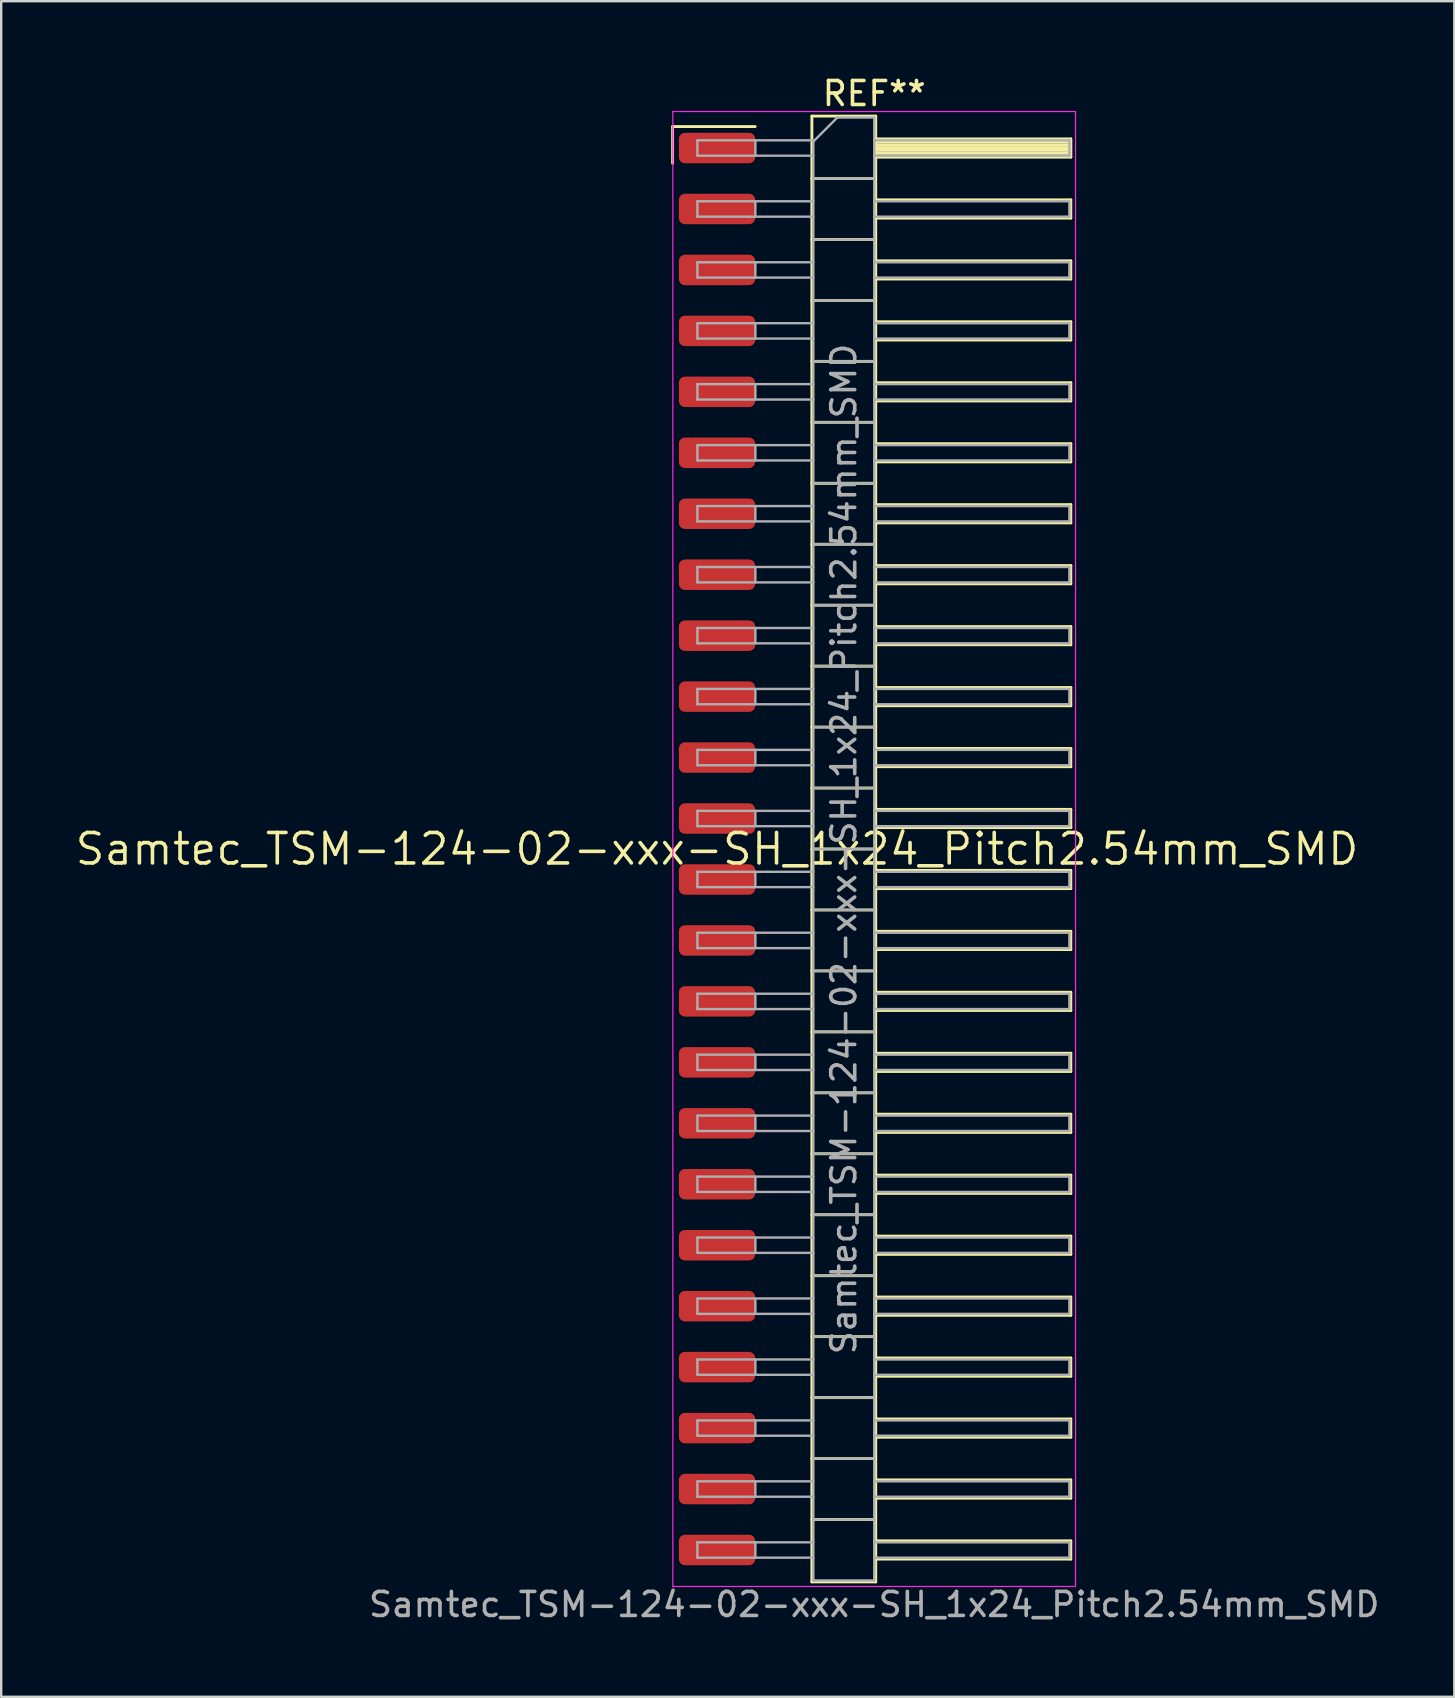
<source format=kicad_pcb>
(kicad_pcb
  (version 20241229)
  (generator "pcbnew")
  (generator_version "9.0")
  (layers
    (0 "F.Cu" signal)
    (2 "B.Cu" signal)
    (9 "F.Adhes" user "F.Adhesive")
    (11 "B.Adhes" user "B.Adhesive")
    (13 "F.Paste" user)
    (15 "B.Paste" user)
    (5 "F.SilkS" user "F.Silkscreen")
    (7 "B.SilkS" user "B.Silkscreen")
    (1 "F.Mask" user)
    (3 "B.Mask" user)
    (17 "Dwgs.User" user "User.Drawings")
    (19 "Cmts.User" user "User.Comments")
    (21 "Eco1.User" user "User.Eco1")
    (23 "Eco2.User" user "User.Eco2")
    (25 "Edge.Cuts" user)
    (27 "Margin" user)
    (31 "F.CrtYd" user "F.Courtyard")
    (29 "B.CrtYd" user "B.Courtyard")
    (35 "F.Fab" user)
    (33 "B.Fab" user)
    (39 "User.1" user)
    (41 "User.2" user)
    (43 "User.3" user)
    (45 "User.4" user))
  (footprint "Samtec_TSM-124-02-xxx-SH_1x24_Pitch2.54mm_SMD"
    (layer "F.Cu")
    (at 26.828 32.328)
    (property "Reference" "Samtec_TSM-124-02-xxx-SH_1x24_Pitch2.54mm_SMD" (at 0 0 0) (layer "F.SilkS") (effects (font (size 1.27 1.27) (thickness 0.15))))
    (attr smd)
    (fp_line (start -1.85 -30.105) (end 1.59 -30.105) (stroke (width 0.12) (type solid)) (layer "F.SilkS"))
    (fp_line (start -1.85 -28.575) (end -1.85 -30.105) (stroke (width 0.12) (type solid)) (layer "F.SilkS"))
    (fp_line (start 3.953 -30.54) (end 6.613 -30.54) (stroke (width 0.12) (type solid)) (layer "F.SilkS"))
    (fp_line (start 3.953 -27.94) (end 6.613 -27.94) (stroke (width 0.12) (type solid)) (layer "F.SilkS"))
    (fp_line (start 3.953 -25.4) (end 6.613 -25.4) (stroke (width 0.12) (type solid)) (layer "F.SilkS"))
    (fp_line (start 3.953 -22.86) (end 6.613 -22.86) (stroke (width 0.12) (type solid)) (layer "F.SilkS"))
    (fp_line (start 3.953 -20.32) (end 6.613 -20.32) (stroke (width 0.12) (type solid)) (layer "F.SilkS"))
    (fp_line (start 3.953 -17.78) (end 6.613 -17.78) (stroke (width 0.12) (type solid)) (layer "F.SilkS"))
    (fp_line (start 3.953 -15.24) (end 6.613 -15.24) (stroke (width 0.12) (type solid)) (layer "F.SilkS"))
    (fp_line (start 3.953 -12.7) (end 6.613 -12.7) (stroke (width 0.12) (type solid)) (layer "F.SilkS"))
    (fp_line (start 3.953 -10.16) (end 6.613 -10.16) (stroke (width 0.12) (type solid)) (layer "F.SilkS"))
    (fp_line (start 3.953 -7.62) (end 6.613 -7.62) (stroke (width 0.12) (type solid)) (layer "F.SilkS"))
    (fp_line (start 3.953 -5.08) (end 6.613 -5.08) (stroke (width 0.12) (type solid)) (layer "F.SilkS"))
    (fp_line (start 3.953 -2.54) (end 6.613 -2.54) (stroke (width 0.12) (type solid)) (layer "F.SilkS"))
    (fp_line (start 3.953 0) (end 6.613 0) (stroke (width 0.12) (type solid)) (layer "F.SilkS"))
    (fp_line (start 3.953 2.54) (end 6.613 2.54) (stroke (width 0.12) (type solid)) (layer "F.SilkS"))
    (fp_line (start 3.953 5.08) (end 6.613 5.08) (stroke (width 0.12) (type solid)) (layer "F.SilkS"))
    (fp_line (start 3.953 7.62) (end 6.613 7.62) (stroke (width 0.12) (type solid)) (layer "F.SilkS"))
    (fp_line (start 3.953 10.16) (end 6.613 10.16) (stroke (width 0.12) (type solid)) (layer "F.SilkS"))
    (fp_line (start 3.953 12.7) (end 6.613 12.7) (stroke (width 0.12) (type solid)) (layer "F.SilkS"))
    (fp_line (start 3.953 15.24) (end 6.613 15.24) (stroke (width 0.12) (type solid)) (layer "F.SilkS"))
    (fp_line (start 3.953 17.78) (end 6.613 17.78) (stroke (width 0.12) (type solid)) (layer "F.SilkS"))
    (fp_line (start 3.953 20.32) (end 6.613 20.32) (stroke (width 0.12) (type solid)) (layer "F.SilkS"))
    (fp_line (start 3.953 22.86) (end 6.613 22.86) (stroke (width 0.12) (type solid)) (layer "F.SilkS"))
    (fp_line (start 3.953 25.4) (end 6.613 25.4) (stroke (width 0.12) (type solid)) (layer "F.SilkS"))
    (fp_line (start 3.953 27.94) (end 6.613 27.94) (stroke (width 0.12) (type solid)) (layer "F.SilkS"))
    (fp_line (start 3.953 30.54) (end 3.953 -30.54) (stroke (width 0.12) (type solid)) (layer "F.SilkS"))
    (fp_line (start 6.613 -30.54) (end 6.613 30.54) (stroke (width 0.12) (type solid)) (layer "F.SilkS"))
    (fp_line (start 6.613 -29.59) (end 14.743 -29.59) (stroke (width 0.12) (type solid)) (layer "F.SilkS"))
    (fp_line (start 6.613 -29.47) (end 14.743 -29.47) (stroke (width 0.12) (type solid)) (layer "F.SilkS"))
    (fp_line (start 6.613 -29.35) (end 14.743 -29.35) (stroke (width 0.12) (type solid)) (layer "F.SilkS"))
    (fp_line (start 6.613 -29.23) (end 14.743 -29.23) (stroke (width 0.12) (type solid)) (layer "F.SilkS"))
    (fp_line (start 6.613 -29.11) (end 14.743 -29.11) (stroke (width 0.12) (type solid)) (layer "F.SilkS"))
    (fp_line (start 6.613 -28.99) (end 14.743 -28.99) (stroke (width 0.12) (type solid)) (layer "F.SilkS"))
    (fp_line (start 6.613 -28.87) (end 14.743 -28.87) (stroke (width 0.12) (type solid)) (layer "F.SilkS"))
    (fp_line (start 6.613 -28.83) (end 14.743 -28.83) (stroke (width 0.12) (type solid)) (layer "F.SilkS"))
    (fp_line (start 6.613 -27.05) (end 14.743 -27.05) (stroke (width 0.12) (type solid)) (layer "F.SilkS"))
    (fp_line (start 6.613 -26.29) (end 14.743 -26.29) (stroke (width 0.12) (type solid)) (layer "F.SilkS"))
    (fp_line (start 6.613 -24.51) (end 14.743 -24.51) (stroke (width 0.12) (type solid)) (layer "F.SilkS"))
    (fp_line (start 6.613 -23.75) (end 14.743 -23.75) (stroke (width 0.12) (type solid)) (layer "F.SilkS"))
    (fp_line (start 6.613 -21.97) (end 14.743 -21.97) (stroke (width 0.12) (type solid)) (layer "F.SilkS"))
    (fp_line (start 6.613 -21.21) (end 14.743 -21.21) (stroke (width 0.12) (type solid)) (layer "F.SilkS"))
    (fp_line (start 6.613 -19.43) (end 14.743 -19.43) (stroke (width 0.12) (type solid)) (layer "F.SilkS"))
    (fp_line (start 6.613 -18.67) (end 14.743 -18.67) (stroke (width 0.12) (type solid)) (layer "F.SilkS"))
    (fp_line (start 6.613 -16.89) (end 14.743 -16.89) (stroke (width 0.12) (type solid)) (layer "F.SilkS"))
    (fp_line (start 6.613 -16.13) (end 14.743 -16.13) (stroke (width 0.12) (type solid)) (layer "F.SilkS"))
    (fp_line (start 6.613 -14.35) (end 14.743 -14.35) (stroke (width 0.12) (type solid)) (layer "F.SilkS"))
    (fp_line (start 6.613 -13.59) (end 14.743 -13.59) (stroke (width 0.12) (type solid)) (layer "F.SilkS"))
    (fp_line (start 6.613 -11.81) (end 14.743 -11.81) (stroke (width 0.12) (type solid)) (layer "F.SilkS"))
    (fp_line (start 6.613 -11.05) (end 14.743 -11.05) (stroke (width 0.12) (type solid)) (layer "F.SilkS"))
    (fp_line (start 6.613 -9.27) (end 14.743 -9.27) (stroke (width 0.12) (type solid)) (layer "F.SilkS"))
    (fp_line (start 6.613 -8.51) (end 14.743 -8.51) (stroke (width 0.12) (type solid)) (layer "F.SilkS"))
    (fp_line (start 6.613 -6.73) (end 14.743 -6.73) (stroke (width 0.12) (type solid)) (layer "F.SilkS"))
    (fp_line (start 6.613 -5.97) (end 14.743 -5.97) (stroke (width 0.12) (type solid)) (layer "F.SilkS"))
    (fp_line (start 6.613 -4.19) (end 14.743 -4.19) (stroke (width 0.12) (type solid)) (layer "F.SilkS"))
    (fp_line (start 6.613 -3.43) (end 14.743 -3.43) (stroke (width 0.12) (type solid)) (layer "F.SilkS"))
    (fp_line (start 6.613 -1.65) (end 14.743 -1.65) (stroke (width 0.12) (type solid)) (layer "F.SilkS"))
    (fp_line (start 6.613 -0.89) (end 14.743 -0.89) (stroke (width 0.12) (type solid)) (layer "F.SilkS"))
    (fp_line (start 6.613 0.89) (end 14.743 0.89) (stroke (width 0.12) (type solid)) (layer "F.SilkS"))
    (fp_line (start 6.613 1.65) (end 14.743 1.65) (stroke (width 0.12) (type solid)) (layer "F.SilkS"))
    (fp_line (start 6.613 3.43) (end 14.743 3.43) (stroke (width 0.12) (type solid)) (layer "F.SilkS"))
    (fp_line (start 6.613 4.19) (end 14.743 4.19) (stroke (width 0.12) (type solid)) (layer "F.SilkS"))
    (fp_line (start 6.613 5.97) (end 14.743 5.97) (stroke (width 0.12) (type solid)) (layer "F.SilkS"))
    (fp_line (start 6.613 6.73) (end 14.743 6.73) (stroke (width 0.12) (type solid)) (layer "F.SilkS"))
    (fp_line (start 6.613 8.51) (end 14.743 8.51) (stroke (width 0.12) (type solid)) (layer "F.SilkS"))
    (fp_line (start 6.613 9.27) (end 14.743 9.27) (stroke (width 0.12) (type solid)) (layer "F.SilkS"))
    (fp_line (start 6.613 11.05) (end 14.743 11.05) (stroke (width 0.12) (type solid)) (layer "F.SilkS"))
    (fp_line (start 6.613 11.81) (end 14.743 11.81) (stroke (width 0.12) (type solid)) (layer "F.SilkS"))
    (fp_line (start 6.613 13.59) (end 14.743 13.59) (stroke (width 0.12) (type solid)) (layer "F.SilkS"))
    (fp_line (start 6.613 14.35) (end 14.743 14.35) (stroke (width 0.12) (type solid)) (layer "F.SilkS"))
    (fp_line (start 6.613 16.13) (end 14.743 16.13) (stroke (width 0.12) (type solid)) (layer "F.SilkS"))
    (fp_line (start 6.613 16.89) (end 14.743 16.89) (stroke (width 0.12) (type solid)) (layer "F.SilkS"))
    (fp_line (start 6.613 18.67) (end 14.743 18.67) (stroke (width 0.12) (type solid)) (layer "F.SilkS"))
    (fp_line (start 6.613 19.43) (end 14.743 19.43) (stroke (width 0.12) (type solid)) (layer "F.SilkS"))
    (fp_line (start 6.613 21.21) (end 14.743 21.21) (stroke (width 0.12) (type solid)) (layer "F.SilkS"))
    (fp_line (start 6.613 21.97) (end 14.743 21.97) (stroke (width 0.12) (type solid)) (layer "F.SilkS"))
    (fp_line (start 6.613 23.75) (end 14.743 23.75) (stroke (width 0.12) (type solid)) (layer "F.SilkS"))
    (fp_line (start 6.613 24.51) (end 14.743 24.51) (stroke (width 0.12) (type solid)) (layer "F.SilkS"))
    (fp_line (start 6.613 26.29) (end 14.743 26.29) (stroke (width 0.12) (type solid)) (layer "F.SilkS"))
    (fp_line (start 6.613 27.05) (end 14.743 27.05) (stroke (width 0.12) (type solid)) (layer "F.SilkS"))
    (fp_line (start 6.613 28.83) (end 14.743 28.83) (stroke (width 0.12) (type solid)) (layer "F.SilkS"))
    (fp_line (start 6.613 29.59) (end 14.743 29.59) (stroke (width 0.12) (type solid)) (layer "F.SilkS"))
    (fp_line (start 6.613 30.54) (end 3.953 30.54) (stroke (width 0.12) (type solid)) (layer "F.SilkS"))
    (fp_line (start 14.743 -29.59) (end 14.743 -28.83) (stroke (width 0.12) (type solid)) (layer "F.SilkS"))
    (fp_line (start 14.743 -27.05) (end 14.743 -26.29) (stroke (width 0.12) (type solid)) (layer "F.SilkS"))
    (fp_line (start 14.743 -24.51) (end 14.743 -23.75) (stroke (width 0.12) (type solid)) (layer "F.SilkS"))
    (fp_line (start 14.743 -21.97) (end 14.743 -21.21) (stroke (width 0.12) (type solid)) (layer "F.SilkS"))
    (fp_line (start 14.743 -19.43) (end 14.743 -18.67) (stroke (width 0.12) (type solid)) (layer "F.SilkS"))
    (fp_line (start 14.743 -16.89) (end 14.743 -16.13) (stroke (width 0.12) (type solid)) (layer "F.SilkS"))
    (fp_line (start 14.743 -14.35) (end 14.743 -13.59) (stroke (width 0.12) (type solid)) (layer "F.SilkS"))
    (fp_line (start 14.743 -11.81) (end 14.743 -11.05) (stroke (width 0.12) (type solid)) (layer "F.SilkS"))
    (fp_line (start 14.743 -9.27) (end 14.743 -8.51) (stroke (width 0.12) (type solid)) (layer "F.SilkS"))
    (fp_line (start 14.743 -6.73) (end 14.743 -5.97) (stroke (width 0.12) (type solid)) (layer "F.SilkS"))
    (fp_line (start 14.743 -4.19) (end 14.743 -3.43) (stroke (width 0.12) (type solid)) (layer "F.SilkS"))
    (fp_line (start 14.743 -1.65) (end 14.743 -0.89) (stroke (width 0.12) (type solid)) (layer "F.SilkS"))
    (fp_line (start 14.743 0.89) (end 14.743 1.65) (stroke (width 0.12) (type solid)) (layer "F.SilkS"))
    (fp_line (start 14.743 3.43) (end 14.743 4.19) (stroke (width 0.12) (type solid)) (layer "F.SilkS"))
    (fp_line (start 14.743 5.97) (end 14.743 6.73) (stroke (width 0.12) (type solid)) (layer "F.SilkS"))
    (fp_line (start 14.743 8.51) (end 14.743 9.27) (stroke (width 0.12) (type solid)) (layer "F.SilkS"))
    (fp_line (start 14.743 11.05) (end 14.743 11.81) (stroke (width 0.12) (type solid)) (layer "F.SilkS"))
    (fp_line (start 14.743 13.59) (end 14.743 14.35) (stroke (width 0.12) (type solid)) (layer "F.SilkS"))
    (fp_line (start 14.743 16.13) (end 14.743 16.89) (stroke (width 0.12) (type solid)) (layer "F.SilkS"))
    (fp_line (start 14.743 18.67) (end 14.743 19.43) (stroke (width 0.12) (type solid)) (layer "F.SilkS"))
    (fp_line (start 14.743 21.21) (end 14.743 21.97) (stroke (width 0.12) (type solid)) (layer "F.SilkS"))
    (fp_line (start 14.743 23.75) (end 14.743 24.51) (stroke (width 0.12) (type solid)) (layer "F.SilkS"))
    (fp_line (start 14.743 26.29) (end 14.743 27.05) (stroke (width 0.12) (type solid)) (layer "F.SilkS"))
    (fp_line (start 14.743 28.83) (end 14.743 29.59) (stroke (width 0.12) (type solid)) (layer "F.SilkS"))
    (fp_line (start -1.84 -30.73) (end 14.94 -30.73) (stroke (width 0.05) (type solid)) (layer "F.CrtYd"))
    (fp_line (start -1.84 30.73) (end -1.84 -30.73) (stroke (width 0.05) (type solid)) (layer "F.CrtYd"))
    (fp_line (start 14.94 -30.73) (end 14.94 30.73) (stroke (width 0.05) (type solid)) (layer "F.CrtYd"))
    (fp_line (start 14.94 30.73) (end -1.84 30.73) (stroke (width 0.05) (type solid)) (layer "F.CrtYd"))
    (fp_line (start -0.817 -29.53) (end -0.817 -28.89) (stroke (width 0.1) (type solid)) (layer "F.Fab"))
    (fp_line (start -0.817 -29.53) (end 4.013 -29.53) (stroke (width 0.1) (type solid)) (layer "F.Fab"))
    (fp_line (start -0.817 -28.89) (end 4.013 -28.89) (stroke (width 0.1) (type solid)) (layer "F.Fab"))
    (fp_line (start -0.817 -26.99) (end -0.817 -26.35) (stroke (width 0.1) (type solid)) (layer "F.Fab"))
    (fp_line (start -0.817 -26.99) (end 4.013 -26.99) (stroke (width 0.1) (type solid)) (layer "F.Fab"))
    (fp_line (start -0.817 -26.35) (end 4.013 -26.35) (stroke (width 0.1) (type solid)) (layer "F.Fab"))
    (fp_line (start -0.817 -24.45) (end -0.817 -23.81) (stroke (width 0.1) (type solid)) (layer "F.Fab"))
    (fp_line (start -0.817 -24.45) (end 4.013 -24.45) (stroke (width 0.1) (type solid)) (layer "F.Fab"))
    (fp_line (start -0.817 -23.81) (end 4.013 -23.81) (stroke (width 0.1) (type solid)) (layer "F.Fab"))
    (fp_line (start -0.817 -21.91) (end -0.817 -21.27) (stroke (width 0.1) (type solid)) (layer "F.Fab"))
    (fp_line (start -0.817 -21.91) (end 4.013 -21.91) (stroke (width 0.1) (type solid)) (layer "F.Fab"))
    (fp_line (start -0.817 -21.27) (end 4.013 -21.27) (stroke (width 0.1) (type solid)) (layer "F.Fab"))
    (fp_line (start -0.817 -19.37) (end -0.817 -18.73) (stroke (width 0.1) (type solid)) (layer "F.Fab"))
    (fp_line (start -0.817 -19.37) (end 4.013 -19.37) (stroke (width 0.1) (type solid)) (layer "F.Fab"))
    (fp_line (start -0.817 -18.73) (end 4.013 -18.73) (stroke (width 0.1) (type solid)) (layer "F.Fab"))
    (fp_line (start -0.817 -16.83) (end -0.817 -16.19) (stroke (width 0.1) (type solid)) (layer "F.Fab"))
    (fp_line (start -0.817 -16.83) (end 4.013 -16.83) (stroke (width 0.1) (type solid)) (layer "F.Fab"))
    (fp_line (start -0.817 -16.19) (end 4.013 -16.19) (stroke (width 0.1) (type solid)) (layer "F.Fab"))
    (fp_line (start -0.817 -14.29) (end -0.817 -13.65) (stroke (width 0.1) (type solid)) (layer "F.Fab"))
    (fp_line (start -0.817 -14.29) (end 4.013 -14.29) (stroke (width 0.1) (type solid)) (layer "F.Fab"))
    (fp_line (start -0.817 -13.65) (end 4.013 -13.65) (stroke (width 0.1) (type solid)) (layer "F.Fab"))
    (fp_line (start -0.817 -11.75) (end -0.817 -11.11) (stroke (width 0.1) (type solid)) (layer "F.Fab"))
    (fp_line (start -0.817 -11.75) (end 4.013 -11.75) (stroke (width 0.1) (type solid)) (layer "F.Fab"))
    (fp_line (start -0.817 -11.11) (end 4.013 -11.11) (stroke (width 0.1) (type solid)) (layer "F.Fab"))
    (fp_line (start -0.817 -9.21) (end -0.817 -8.57) (stroke (width 0.1) (type solid)) (layer "F.Fab"))
    (fp_line (start -0.817 -9.21) (end 4.013 -9.21) (stroke (width 0.1) (type solid)) (layer "F.Fab"))
    (fp_line (start -0.817 -8.57) (end 4.013 -8.57) (stroke (width 0.1) (type solid)) (layer "F.Fab"))
    (fp_line (start -0.817 -6.67) (end -0.817 -6.03) (stroke (width 0.1) (type solid)) (layer "F.Fab"))
    (fp_line (start -0.817 -6.67) (end 4.013 -6.67) (stroke (width 0.1) (type solid)) (layer "F.Fab"))
    (fp_line (start -0.817 -6.03) (end 4.013 -6.03) (stroke (width 0.1) (type solid)) (layer "F.Fab"))
    (fp_line (start -0.817 -4.13) (end -0.817 -3.49) (stroke (width 0.1) (type solid)) (layer "F.Fab"))
    (fp_line (start -0.817 -4.13) (end 4.013 -4.13) (stroke (width 0.1) (type solid)) (layer "F.Fab"))
    (fp_line (start -0.817 -3.49) (end 4.013 -3.49) (stroke (width 0.1) (type solid)) (layer "F.Fab"))
    (fp_line (start -0.817 -1.59) (end -0.817 -0.95) (stroke (width 0.1) (type solid)) (layer "F.Fab"))
    (fp_line (start -0.817 -1.59) (end 4.013 -1.59) (stroke (width 0.1) (type solid)) (layer "F.Fab"))
    (fp_line (start -0.817 -0.95) (end 4.013 -0.95) (stroke (width 0.1) (type solid)) (layer "F.Fab"))
    (fp_line (start -0.817 0.95) (end -0.817 1.59) (stroke (width 0.1) (type solid)) (layer "F.Fab"))
    (fp_line (start -0.817 0.95) (end 4.013 0.95) (stroke (width 0.1) (type solid)) (layer "F.Fab"))
    (fp_line (start -0.817 1.59) (end 4.013 1.59) (stroke (width 0.1) (type solid)) (layer "F.Fab"))
    (fp_line (start -0.817 3.49) (end -0.817 4.13) (stroke (width 0.1) (type solid)) (layer "F.Fab"))
    (fp_line (start -0.817 3.49) (end 4.013 3.49) (stroke (width 0.1) (type solid)) (layer "F.Fab"))
    (fp_line (start -0.817 4.13) (end 4.013 4.13) (stroke (width 0.1) (type solid)) (layer "F.Fab"))
    (fp_line (start -0.817 6.03) (end -0.817 6.67) (stroke (width 0.1) (type solid)) (layer "F.Fab"))
    (fp_line (start -0.817 6.03) (end 4.013 6.03) (stroke (width 0.1) (type solid)) (layer "F.Fab"))
    (fp_line (start -0.817 6.67) (end 4.013 6.67) (stroke (width 0.1) (type solid)) (layer "F.Fab"))
    (fp_line (start -0.817 8.57) (end -0.817 9.21) (stroke (width 0.1) (type solid)) (layer "F.Fab"))
    (fp_line (start -0.817 8.57) (end 4.013 8.57) (stroke (width 0.1) (type solid)) (layer "F.Fab"))
    (fp_line (start -0.817 9.21) (end 4.013 9.21) (stroke (width 0.1) (type solid)) (layer "F.Fab"))
    (fp_line (start -0.817 11.11) (end -0.817 11.75) (stroke (width 0.1) (type solid)) (layer "F.Fab"))
    (fp_line (start -0.817 11.11) (end 4.013 11.11) (stroke (width 0.1) (type solid)) (layer "F.Fab"))
    (fp_line (start -0.817 11.75) (end 4.013 11.75) (stroke (width 0.1) (type solid)) (layer "F.Fab"))
    (fp_line (start -0.817 13.65) (end -0.817 14.29) (stroke (width 0.1) (type solid)) (layer "F.Fab"))
    (fp_line (start -0.817 13.65) (end 4.013 13.65) (stroke (width 0.1) (type solid)) (layer "F.Fab"))
    (fp_line (start -0.817 14.29) (end 4.013 14.29) (stroke (width 0.1) (type solid)) (layer "F.Fab"))
    (fp_line (start -0.817 16.19) (end -0.817 16.83) (stroke (width 0.1) (type solid)) (layer "F.Fab"))
    (fp_line (start -0.817 16.19) (end 4.013 16.19) (stroke (width 0.1) (type solid)) (layer "F.Fab"))
    (fp_line (start -0.817 16.83) (end 4.013 16.83) (stroke (width 0.1) (type solid)) (layer "F.Fab"))
    (fp_line (start -0.817 18.73) (end -0.817 19.37) (stroke (width 0.1) (type solid)) (layer "F.Fab"))
    (fp_line (start -0.817 18.73) (end 4.013 18.73) (stroke (width 0.1) (type solid)) (layer "F.Fab"))
    (fp_line (start -0.817 19.37) (end 4.013 19.37) (stroke (width 0.1) (type solid)) (layer "F.Fab"))
    (fp_line (start -0.817 21.27) (end -0.817 21.91) (stroke (width 0.1) (type solid)) (layer "F.Fab"))
    (fp_line (start -0.817 21.27) (end 4.013 21.27) (stroke (width 0.1) (type solid)) (layer "F.Fab"))
    (fp_line (start -0.817 21.91) (end 4.013 21.91) (stroke (width 0.1) (type solid)) (layer "F.Fab"))
    (fp_line (start -0.817 23.81) (end -0.817 24.45) (stroke (width 0.1) (type solid)) (layer "F.Fab"))
    (fp_line (start -0.817 23.81) (end 4.013 23.81) (stroke (width 0.1) (type solid)) (layer "F.Fab"))
    (fp_line (start -0.817 24.45) (end 4.013 24.45) (stroke (width 0.1) (type solid)) (layer "F.Fab"))
    (fp_line (start -0.817 26.35) (end -0.817 26.99) (stroke (width 0.1) (type solid)) (layer "F.Fab"))
    (fp_line (start -0.817 26.35) (end 4.013 26.35) (stroke (width 0.1) (type solid)) (layer "F.Fab"))
    (fp_line (start -0.817 26.99) (end 4.013 26.99) (stroke (width 0.1) (type solid)) (layer "F.Fab"))
    (fp_line (start -0.817 28.89) (end -0.817 29.53) (stroke (width 0.1) (type solid)) (layer "F.Fab"))
    (fp_line (start -0.817 28.89) (end 4.013 28.89) (stroke (width 0.1) (type solid)) (layer "F.Fab"))
    (fp_line (start -0.817 29.53) (end 4.013 29.53) (stroke (width 0.1) (type solid)) (layer "F.Fab"))
    (fp_line (start 1.598 -29.53) (end 1.598 -28.89) (stroke (width 0.1) (type solid)) (layer "F.Fab"))
    (fp_line (start 1.598 -26.99) (end 1.598 -26.35) (stroke (width 0.1) (type solid)) (layer "F.Fab"))
    (fp_line (start 1.598 -24.45) (end 1.598 -23.81) (stroke (width 0.1) (type solid)) (layer "F.Fab"))
    (fp_line (start 1.598 -21.91) (end 1.598 -21.27) (stroke (width 0.1) (type solid)) (layer "F.Fab"))
    (fp_line (start 1.598 -19.37) (end 1.598 -18.73) (stroke (width 0.1) (type solid)) (layer "F.Fab"))
    (fp_line (start 1.598 -16.83) (end 1.598 -16.19) (stroke (width 0.1) (type solid)) (layer "F.Fab"))
    (fp_line (start 1.598 -14.29) (end 1.598 -13.65) (stroke (width 0.1) (type solid)) (layer "F.Fab"))
    (fp_line (start 1.598 -11.75) (end 1.598 -11.11) (stroke (width 0.1) (type solid)) (layer "F.Fab"))
    (fp_line (start 1.598 -9.21) (end 1.598 -8.57) (stroke (width 0.1) (type solid)) (layer "F.Fab"))
    (fp_line (start 1.598 -6.67) (end 1.598 -6.03) (stroke (width 0.1) (type solid)) (layer "F.Fab"))
    (fp_line (start 1.598 -4.13) (end 1.598 -3.49) (stroke (width 0.1) (type solid)) (layer "F.Fab"))
    (fp_line (start 1.598 -1.59) (end 1.598 -0.95) (stroke (width 0.1) (type solid)) (layer "F.Fab"))
    (fp_line (start 1.598 0.95) (end 1.598 1.59) (stroke (width 0.1) (type solid)) (layer "F.Fab"))
    (fp_line (start 1.598 3.49) (end 1.598 4.13) (stroke (width 0.1) (type solid)) (layer "F.Fab"))
    (fp_line (start 1.598 6.03) (end 1.598 6.67) (stroke (width 0.1) (type solid)) (layer "F.Fab"))
    (fp_line (start 1.598 8.57) (end 1.598 9.21) (stroke (width 0.1) (type solid)) (layer "F.Fab"))
    (fp_line (start 1.598 11.11) (end 1.598 11.75) (stroke (width 0.1) (type solid)) (layer "F.Fab"))
    (fp_line (start 1.598 13.65) (end 1.598 14.29) (stroke (width 0.1) (type solid)) (layer "F.Fab"))
    (fp_line (start 1.598 16.19) (end 1.598 16.83) (stroke (width 0.1) (type solid)) (layer "F.Fab"))
    (fp_line (start 1.598 18.73) (end 1.598 19.37) (stroke (width 0.1) (type solid)) (layer "F.Fab"))
    (fp_line (start 1.598 21.27) (end 1.598 21.91) (stroke (width 0.1) (type solid)) (layer "F.Fab"))
    (fp_line (start 1.598 23.81) (end 1.598 24.45) (stroke (width 0.1) (type solid)) (layer "F.Fab"))
    (fp_line (start 1.598 26.35) (end 1.598 26.99) (stroke (width 0.1) (type solid)) (layer "F.Fab"))
    (fp_line (start 1.598 28.89) (end 1.598 29.53) (stroke (width 0.1) (type solid)) (layer "F.Fab"))
    (fp_line (start 4.013 -29.48) (end 5.013 -30.48) (stroke (width 0.1) (type solid)) (layer "F.Fab"))
    (fp_line (start 4.013 -27.94) (end 6.553 -27.94) (stroke (width 0.1) (type solid)) (layer "F.Fab"))
    (fp_line (start 4.013 -25.4) (end 6.553 -25.4) (stroke (width 0.1) (type solid)) (layer "F.Fab"))
    (fp_line (start 4.013 -22.86) (end 6.553 -22.86) (stroke (width 0.1) (type solid)) (layer "F.Fab"))
    (fp_line (start 4.013 -20.32) (end 6.553 -20.32) (stroke (width 0.1) (type solid)) (layer "F.Fab"))
    (fp_line (start 4.013 -17.78) (end 6.553 -17.78) (stroke (width 0.1) (type solid)) (layer "F.Fab"))
    (fp_line (start 4.013 -15.24) (end 6.553 -15.24) (stroke (width 0.1) (type solid)) (layer "F.Fab"))
    (fp_line (start 4.013 -12.7) (end 6.553 -12.7) (stroke (width 0.1) (type solid)) (layer "F.Fab"))
    (fp_line (start 4.013 -10.16) (end 6.553 -10.16) (stroke (width 0.1) (type solid)) (layer "F.Fab"))
    (fp_line (start 4.013 -7.62) (end 6.553 -7.62) (stroke (width 0.1) (type solid)) (layer "F.Fab"))
    (fp_line (start 4.013 -5.08) (end 6.553 -5.08) (stroke (width 0.1) (type solid)) (layer "F.Fab"))
    (fp_line (start 4.013 -2.54) (end 6.553 -2.54) (stroke (width 0.1) (type solid)) (layer "F.Fab"))
    (fp_line (start 4.013 0) (end 6.553 0) (stroke (width 0.1) (type solid)) (layer "F.Fab"))
    (fp_line (start 4.013 2.54) (end 6.553 2.54) (stroke (width 0.1) (type solid)) (layer "F.Fab"))
    (fp_line (start 4.013 5.08) (end 6.553 5.08) (stroke (width 0.1) (type solid)) (layer "F.Fab"))
    (fp_line (start 4.013 7.62) (end 6.553 7.62) (stroke (width 0.1) (type solid)) (layer "F.Fab"))
    (fp_line (start 4.013 10.16) (end 6.553 10.16) (stroke (width 0.1) (type solid)) (layer "F.Fab"))
    (fp_line (start 4.013 12.7) (end 6.553 12.7) (stroke (width 0.1) (type solid)) (layer "F.Fab"))
    (fp_line (start 4.013 15.24) (end 6.553 15.24) (stroke (width 0.1) (type solid)) (layer "F.Fab"))
    (fp_line (start 4.013 17.78) (end 6.553 17.78) (stroke (width 0.1) (type solid)) (layer "F.Fab"))
    (fp_line (start 4.013 20.32) (end 6.553 20.32) (stroke (width 0.1) (type solid)) (layer "F.Fab"))
    (fp_line (start 4.013 22.86) (end 6.553 22.86) (stroke (width 0.1) (type solid)) (layer "F.Fab"))
    (fp_line (start 4.013 25.4) (end 6.553 25.4) (stroke (width 0.1) (type solid)) (layer "F.Fab"))
    (fp_line (start 4.013 27.94) (end 6.553 27.94) (stroke (width 0.1) (type solid)) (layer "F.Fab"))
    (fp_line (start 4.013 30.48) (end 4.013 -29.48) (stroke (width 0.1) (type solid)) (layer "F.Fab"))
    (fp_line (start 5.013 -30.48) (end 6.553 -30.48) (stroke (width 0.1) (type solid)) (layer "F.Fab"))
    (fp_line (start 6.553 -30.48) (end 6.553 30.48) (stroke (width 0.1) (type solid)) (layer "F.Fab"))
    (fp_line (start 6.553 -29.53) (end 14.683 -29.53) (stroke (width 0.1) (type solid)) (layer "F.Fab"))
    (fp_line (start 6.553 -28.89) (end 14.683 -28.89) (stroke (width 0.1) (type solid)) (layer "F.Fab"))
    (fp_line (start 6.553 -26.99) (end 14.683 -26.99) (stroke (width 0.1) (type solid)) (layer "F.Fab"))
    (fp_line (start 6.553 -26.35) (end 14.683 -26.35) (stroke (width 0.1) (type solid)) (layer "F.Fab"))
    (fp_line (start 6.553 -24.45) (end 14.683 -24.45) (stroke (width 0.1) (type solid)) (layer "F.Fab"))
    (fp_line (start 6.553 -23.81) (end 14.683 -23.81) (stroke (width 0.1) (type solid)) (layer "F.Fab"))
    (fp_line (start 6.553 -21.91) (end 14.683 -21.91) (stroke (width 0.1) (type solid)) (layer "F.Fab"))
    (fp_line (start 6.553 -21.27) (end 14.683 -21.27) (stroke (width 0.1) (type solid)) (layer "F.Fab"))
    (fp_line (start 6.553 -19.37) (end 14.683 -19.37) (stroke (width 0.1) (type solid)) (layer "F.Fab"))
    (fp_line (start 6.553 -18.73) (end 14.683 -18.73) (stroke (width 0.1) (type solid)) (layer "F.Fab"))
    (fp_line (start 6.553 -16.83) (end 14.683 -16.83) (stroke (width 0.1) (type solid)) (layer "F.Fab"))
    (fp_line (start 6.553 -16.19) (end 14.683 -16.19) (stroke (width 0.1) (type solid)) (layer "F.Fab"))
    (fp_line (start 6.553 -14.29) (end 14.683 -14.29) (stroke (width 0.1) (type solid)) (layer "F.Fab"))
    (fp_line (start 6.553 -13.65) (end 14.683 -13.65) (stroke (width 0.1) (type solid)) (layer "F.Fab"))
    (fp_line (start 6.553 -11.75) (end 14.683 -11.75) (stroke (width 0.1) (type solid)) (layer "F.Fab"))
    (fp_line (start 6.553 -11.11) (end 14.683 -11.11) (stroke (width 0.1) (type solid)) (layer "F.Fab"))
    (fp_line (start 6.553 -9.21) (end 14.683 -9.21) (stroke (width 0.1) (type solid)) (layer "F.Fab"))
    (fp_line (start 6.553 -8.57) (end 14.683 -8.57) (stroke (width 0.1) (type solid)) (layer "F.Fab"))
    (fp_line (start 6.553 -6.67) (end 14.683 -6.67) (stroke (width 0.1) (type solid)) (layer "F.Fab"))
    (fp_line (start 6.553 -6.03) (end 14.683 -6.03) (stroke (width 0.1) (type solid)) (layer "F.Fab"))
    (fp_line (start 6.553 -4.13) (end 14.683 -4.13) (stroke (width 0.1) (type solid)) (layer "F.Fab"))
    (fp_line (start 6.553 -3.49) (end 14.683 -3.49) (stroke (width 0.1) (type solid)) (layer "F.Fab"))
    (fp_line (start 6.553 -1.59) (end 14.683 -1.59) (stroke (width 0.1) (type solid)) (layer "F.Fab"))
    (fp_line (start 6.553 -0.95) (end 14.683 -0.95) (stroke (width 0.1) (type solid)) (layer "F.Fab"))
    (fp_line (start 6.553 0.95) (end 14.683 0.95) (stroke (width 0.1) (type solid)) (layer "F.Fab"))
    (fp_line (start 6.553 1.59) (end 14.683 1.59) (stroke (width 0.1) (type solid)) (layer "F.Fab"))
    (fp_line (start 6.553 3.49) (end 14.683 3.49) (stroke (width 0.1) (type solid)) (layer "F.Fab"))
    (fp_line (start 6.553 4.13) (end 14.683 4.13) (stroke (width 0.1) (type solid)) (layer "F.Fab"))
    (fp_line (start 6.553 6.03) (end 14.683 6.03) (stroke (width 0.1) (type solid)) (layer "F.Fab"))
    (fp_line (start 6.553 6.67) (end 14.683 6.67) (stroke (width 0.1) (type solid)) (layer "F.Fab"))
    (fp_line (start 6.553 8.57) (end 14.683 8.57) (stroke (width 0.1) (type solid)) (layer "F.Fab"))
    (fp_line (start 6.553 9.21) (end 14.683 9.21) (stroke (width 0.1) (type solid)) (layer "F.Fab"))
    (fp_line (start 6.553 11.11) (end 14.683 11.11) (stroke (width 0.1) (type solid)) (layer "F.Fab"))
    (fp_line (start 6.553 11.75) (end 14.683 11.75) (stroke (width 0.1) (type solid)) (layer "F.Fab"))
    (fp_line (start 6.553 13.65) (end 14.683 13.65) (stroke (width 0.1) (type solid)) (layer "F.Fab"))
    (fp_line (start 6.553 14.29) (end 14.683 14.29) (stroke (width 0.1) (type solid)) (layer "F.Fab"))
    (fp_line (start 6.553 16.19) (end 14.683 16.19) (stroke (width 0.1) (type solid)) (layer "F.Fab"))
    (fp_line (start 6.553 16.83) (end 14.683 16.83) (stroke (width 0.1) (type solid)) (layer "F.Fab"))
    (fp_line (start 6.553 18.73) (end 14.683 18.73) (stroke (width 0.1) (type solid)) (layer "F.Fab"))
    (fp_line (start 6.553 19.37) (end 14.683 19.37) (stroke (width 0.1) (type solid)) (layer "F.Fab"))
    (fp_line (start 6.553 21.27) (end 14.683 21.27) (stroke (width 0.1) (type solid)) (layer "F.Fab"))
    (fp_line (start 6.553 21.91) (end 14.683 21.91) (stroke (width 0.1) (type solid)) (layer "F.Fab"))
    (fp_line (start 6.553 23.81) (end 14.683 23.81) (stroke (width 0.1) (type solid)) (layer "F.Fab"))
    (fp_line (start 6.553 24.45) (end 14.683 24.45) (stroke (width 0.1) (type solid)) (layer "F.Fab"))
    (fp_line (start 6.553 26.35) (end 14.683 26.35) (stroke (width 0.1) (type solid)) (layer "F.Fab"))
    (fp_line (start 6.553 26.99) (end 14.683 26.99) (stroke (width 0.1) (type solid)) (layer "F.Fab"))
    (fp_line (start 6.553 28.89) (end 14.683 28.89) (stroke (width 0.1) (type solid)) (layer "F.Fab"))
    (fp_line (start 6.553 29.53) (end 14.683 29.53) (stroke (width 0.1) (type solid)) (layer "F.Fab"))
    (fp_line (start 6.553 30.48) (end 4.013 30.48) (stroke (width 0.1) (type solid)) (layer "F.Fab"))
    (fp_line (start 14.683 -29.53) (end 14.683 -28.89) (stroke (width 0.1) (type solid)) (layer "F.Fab"))
    (fp_line (start 14.683 -26.99) (end 14.683 -26.35) (stroke (width 0.1) (type solid)) (layer "F.Fab"))
    (fp_line (start 14.683 -24.45) (end 14.683 -23.81) (stroke (width 0.1) (type solid)) (layer "F.Fab"))
    (fp_line (start 14.683 -21.91) (end 14.683 -21.27) (stroke (width 0.1) (type solid)) (layer "F.Fab"))
    (fp_line (start 14.683 -19.37) (end 14.683 -18.73) (stroke (width 0.1) (type solid)) (layer "F.Fab"))
    (fp_line (start 14.683 -16.83) (end 14.683 -16.19) (stroke (width 0.1) (type solid)) (layer "F.Fab"))
    (fp_line (start 14.683 -14.29) (end 14.683 -13.65) (stroke (width 0.1) (type solid)) (layer "F.Fab"))
    (fp_line (start 14.683 -11.75) (end 14.683 -11.11) (stroke (width 0.1) (type solid)) (layer "F.Fab"))
    (fp_line (start 14.683 -9.21) (end 14.683 -8.57) (stroke (width 0.1) (type solid)) (layer "F.Fab"))
    (fp_line (start 14.683 -6.67) (end 14.683 -6.03) (stroke (width 0.1) (type solid)) (layer "F.Fab"))
    (fp_line (start 14.683 -4.13) (end 14.683 -3.49) (stroke (width 0.1) (type solid)) (layer "F.Fab"))
    (fp_line (start 14.683 -1.59) (end 14.683 -0.95) (stroke (width 0.1) (type solid)) (layer "F.Fab"))
    (fp_line (start 14.683 0.95) (end 14.683 1.59) (stroke (width 0.1) (type solid)) (layer "F.Fab"))
    (fp_line (start 14.683 3.49) (end 14.683 4.13) (stroke (width 0.1) (type solid)) (layer "F.Fab"))
    (fp_line (start 14.683 6.03) (end 14.683 6.67) (stroke (width 0.1) (type solid)) (layer "F.Fab"))
    (fp_line (start 14.683 8.57) (end 14.683 9.21) (stroke (width 0.1) (type solid)) (layer "F.Fab"))
    (fp_line (start 14.683 11.11) (end 14.683 11.75) (stroke (width 0.1) (type solid)) (layer "F.Fab"))
    (fp_line (start 14.683 13.65) (end 14.683 14.29) (stroke (width 0.1) (type solid)) (layer "F.Fab"))
    (fp_line (start 14.683 16.19) (end 14.683 16.83) (stroke (width 0.1) (type solid)) (layer "F.Fab"))
    (fp_line (start 14.683 18.73) (end 14.683 19.37) (stroke (width 0.1) (type solid)) (layer "F.Fab"))
    (fp_line (start 14.683 21.27) (end 14.683 21.91) (stroke (width 0.1) (type solid)) (layer "F.Fab"))
    (fp_line (start 14.683 23.81) (end 14.683 24.45) (stroke (width 0.1) (type solid)) (layer "F.Fab"))
    (fp_line (start 14.683 26.35) (end 14.683 26.99) (stroke (width 0.1) (type solid)) (layer "F.Fab"))
    (fp_line (start 14.683 28.89) (end 14.683 29.53) (stroke (width 0.1) (type solid)) (layer "F.Fab"))
    (fp_text user "REF**" (at 6.55 -31.48 0) (layer "F.SilkS") (effects (font (size 1 1) (thickness 0.15))))
    (fp_text user "${REFERENCE}" (at 5.283 0 90) (layer "F.Fab") (effects (font (size 1 1) (thickness 0.15))))
    (fp_text user "Samtec_TSM-124-02-xxx-SH_1x24_Pitch2.54mm_SMD" (at 6.55 31.48 0) (layer "F.Fab") (effects (font (size 1 1) (thickness 0.15))))
    (pad "1" smd roundrect (at 0 -29.21) (size 3.18 1.27) (layers "F.Cu" "F.Mask" "F.Paste") (roundrect_rratio 0.197))
    (pad "2" smd roundrect (at 0 -26.67) (size 3.18 1.27) (layers "F.Cu" "F.Mask" "F.Paste") (roundrect_rratio 0.197))
    (pad "3" smd roundrect (at 0 -24.13) (size 3.18 1.27) (layers "F.Cu" "F.Mask" "F.Paste") (roundrect_rratio 0.197))
    (pad "4" smd roundrect (at 0 -21.59) (size 3.18 1.27) (layers "F.Cu" "F.Mask" "F.Paste") (roundrect_rratio 0.197))
    (pad "5" smd roundrect (at 0 -19.05) (size 3.18 1.27) (layers "F.Cu" "F.Mask" "F.Paste") (roundrect_rratio 0.197))
    (pad "6" smd roundrect (at 0 -16.51) (size 3.18 1.27) (layers "F.Cu" "F.Mask" "F.Paste") (roundrect_rratio 0.197))
    (pad "7" smd roundrect (at 0 -13.97) (size 3.18 1.27) (layers "F.Cu" "F.Mask" "F.Paste") (roundrect_rratio 0.197))
    (pad "8" smd roundrect (at 0 -11.43) (size 3.18 1.27) (layers "F.Cu" "F.Mask" "F.Paste") (roundrect_rratio 0.197))
    (pad "9" smd roundrect (at 0 -8.89) (size 3.18 1.27) (layers "F.Cu" "F.Mask" "F.Paste") (roundrect_rratio 0.197))
    (pad "10" smd roundrect (at 0 -6.35) (size 3.18 1.27) (layers "F.Cu" "F.Mask" "F.Paste") (roundrect_rratio 0.197))
    (pad "11" smd roundrect (at 0 -3.81) (size 3.18 1.27) (layers "F.Cu" "F.Mask" "F.Paste") (roundrect_rratio 0.197))
    (pad "12" smd roundrect (at 0 -1.27) (size 3.18 1.27) (layers "F.Cu" "F.Mask" "F.Paste") (roundrect_rratio 0.197))
    (pad "13" smd roundrect (at 0 1.27) (size 3.18 1.27) (layers "F.Cu" "F.Mask" "F.Paste") (roundrect_rratio 0.197))
    (pad "14" smd roundrect (at 0 3.81) (size 3.18 1.27) (layers "F.Cu" "F.Mask" "F.Paste") (roundrect_rratio 0.197))
    (pad "15" smd roundrect (at 0 6.35) (size 3.18 1.27) (layers "F.Cu" "F.Mask" "F.Paste") (roundrect_rratio 0.197))
    (pad "16" smd roundrect (at 0 8.89) (size 3.18 1.27) (layers "F.Cu" "F.Mask" "F.Paste") (roundrect_rratio 0.197))
    (pad "17" smd roundrect (at 0 11.43) (size 3.18 1.27) (layers "F.Cu" "F.Mask" "F.Paste") (roundrect_rratio 0.197))
    (pad "18" smd roundrect (at 0 13.97) (size 3.18 1.27) (layers "F.Cu" "F.Mask" "F.Paste") (roundrect_rratio 0.197))
    (pad "19" smd roundrect (at 0 16.51) (size 3.18 1.27) (layers "F.Cu" "F.Mask" "F.Paste") (roundrect_rratio 0.197))
    (pad "20" smd roundrect (at 0 19.05) (size 3.18 1.27) (layers "F.Cu" "F.Mask" "F.Paste") (roundrect_rratio 0.197))
    (pad "21" smd roundrect (at 0 21.59) (size 3.18 1.27) (layers "F.Cu" "F.Mask" "F.Paste") (roundrect_rratio 0.197))
    (pad "22" smd roundrect (at 0 24.13) (size 3.18 1.27) (layers "F.Cu" "F.Mask" "F.Paste") (roundrect_rratio 0.197))
    (pad "23" smd roundrect (at 0 26.67) (size 3.18 1.27) (layers "F.Cu" "F.Mask" "F.Paste") (roundrect_rratio 0.197))
    (pad "24" smd roundrect (at 0 29.21) (size 3.18 1.27) (layers "F.Cu" "F.Mask" "F.Paste") (roundrect_rratio 0.197)))
  (gr_rect
    (start -3 -3)
    (end 57.551 67.656)
    (stroke (width 0.1) (type default))
    (fill no)
    (layer "Edge.Cuts")))
</source>
